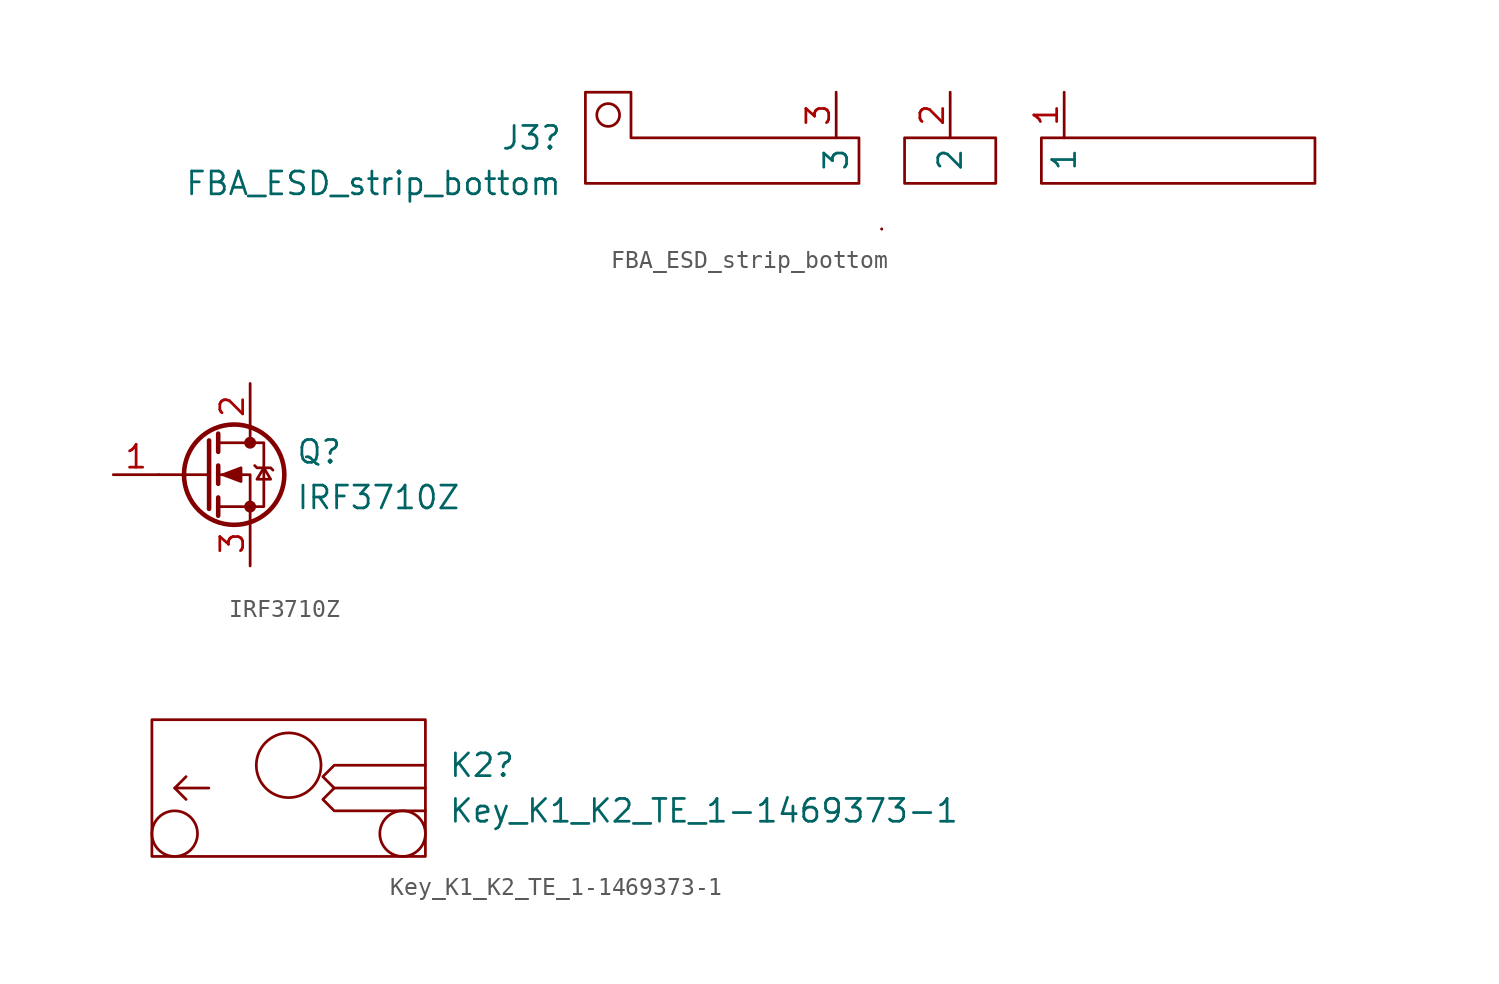
<source format=kicad_sym>
(kicad_symbol_lib
  (version 20220914)
  (generator kicad_symbol_editor)
  (symbol "FBA_ESD_strip_bottom"
    (property "Reference" "J3"
      (at -21.59 0.0001 0)
      (effects (font (size 1.27 1.27)) (justify right)))
    (property "Value" "FBA_ESD_strip_bottom"
      (at -21.59 -2.54 0)
      (effects (font (size 1.27 1.27)) (justify right)))
    (symbol "FBA_ESD_strip_bottom_0_1"
      (circle (center -19.05 1.27) (radius 0.635) (stroke (width 0) (type default)) (fill (type none)))
      (arc (start -3.81 -5.08) (mid -3.81 -5.08) (end -3.81 -5.08) (stroke (width 0) (type default)) (fill (type none)))
      (arc (start -3.81 -5.08) (mid -3.81 -5.08) (end -3.81 -5.08) (stroke (width 0) (type default)) (fill (type none)))
      (rectangle (start -2.54 0) (end 2.54 -2.54) (stroke (width 0) (type default)) (fill (type none)))
      (polyline (pts (xy -5.08 0) (xy -17.78 0) (xy -17.78 2.54) (xy -20.32 2.54) (xy -20.32 -2.54) (xy -5.08 -2.54) (xy -5.08 0)) (stroke (width 0) (type default)) (fill (type none)))
      (rectangle (start 5.08 0) (end 20.32 -2.54) (stroke (width 0) (type default)) (fill (type none))))
    (symbol "FBA_ESD_strip_bottom_1_1"
      (pin passive line (at 6.35 2.54 270) (length 2.54) (name "1" (effects (font (size 1.27 1.27)))) (number "1" (effects (font (size 1.27 1.27)))))
      (pin passive line (at 0 2.54 270) (length 2.54) (name "2" (effects (font (size 1.27 1.27)))) (number "2" (effects (font (size 1.27 1.27)))))
      (pin passive line (at -6.35 2.54 270) (length 2.54) (name "3" (effects (font (size 1.27 1.27)))) (number "3" (effects (font (size 1.27 1.27)))))))
  (symbol "IRF3710Z"
    (pin_names
      (offset 0) hide)
    (property "Reference" "Q"
      (at 5.08 1.27 0)
      (effects (font (size 1.27 1.27)) (justify left)))
    (property "Value" "IRF3710Z"
      (at 5.08 -1.27 0)
      (effects (font (size 1.27 1.27)) (justify left)))
    (symbol "IRF3710Z_0_1"
      (polyline (pts (xy 0.254 0) (xy -2.54 0)) (stroke (width 0) (type default)) (fill (type none)))
      (polyline (pts (xy 0.254 1.905) (xy 0.254 -1.905)) (stroke (width 0.254) (type default)) (fill (type none)))
      (polyline (pts (xy 0.762 -1.27) (xy 0.762 -2.286)) (stroke (width 0.254) (type default)) (fill (type none)))
      (polyline (pts (xy 0.762 0.508) (xy 0.762 -0.508)) (stroke (width 0.254) (type default)) (fill (type none)))
      (polyline (pts (xy 0.762 2.286) (xy 0.762 1.27)) (stroke (width 0.254) (type default)) (fill (type none)))
      (polyline (pts (xy 2.54 2.54) (xy 2.54 1.778)) (stroke (width 0) (type default)) (fill (type none)))
      (polyline (pts (xy 2.54 -2.54) (xy 2.54 0) (xy 0.762 0)) (stroke (width 0) (type default)) (fill (type none)))
      (polyline (pts (xy 0.762 -1.778) (xy 3.302 -1.778) (xy 3.302 1.778) (xy 0.762 1.778)) (stroke (width 0) (type default)) (fill (type none)))
      (polyline (pts (xy 1.016 0) (xy 2.032 0.381) (xy 2.032 -0.381) (xy 1.016 0)) (stroke (width 0) (type default)) (fill (type outline)))
      (polyline (pts (xy 2.794 0.508) (xy 2.921 0.381) (xy 3.683 0.381) (xy 3.81 0.254)) (stroke (width 0) (type default)) (fill (type none)))
      (polyline (pts (xy 3.302 0.381) (xy 2.921 -0.254) (xy 3.683 -0.254) (xy 3.302 0.381)) (stroke (width 0) (type default)) (fill (type none)))
      (circle (center 1.651 0) (radius 2.794) (stroke (width 0.254) (type default)) (fill (type none)))
      (circle (center 2.54 -1.778) (radius 0.254) (stroke (width 0) (type default)) (fill (type outline)))
      (circle (center 2.54 1.778) (radius 0.254) (stroke (width 0) (type default)) (fill (type outline))))
    (symbol "IRF3710Z_1_1"
      (pin input line (at -5.08 0 0) (length 2.54) (name "G" (effects (font (size 1.27 1.27)))) (number "1" (effects (font (size 1.27 1.27)))))
      (pin passive line (at 2.54 5.08 270) (length 2.54) (name "D" (effects (font (size 1.27 1.27)))) (number "2" (effects (font (size 1.27 1.27)))))
      (pin passive line (at 2.54 -5.08 90) (length 2.54) (name "S" (effects (font (size 1.27 1.27)))) (number "3" (effects (font (size 1.27 1.27)))))))
  (symbol "Key_K1_K2_TE_1-1469373-1"
    (pin_names
      (offset 1.016))
    (property "Reference" "K2"
      (at 8.89 1.27 0)
      (effects (font (size 1.27 1.27)) (justify left)))
    (property "Value" "Key_K1_K2_TE_1-1469373-1"
      (at 8.89 -1.27 0)
      (effects (font (size 1.27 1.27)) (justify left)))
    (symbol "Key_K1_K2_TE_1-1469373-1_0_1"
      (rectangle (start -7.62 3.81) (end 7.62 -3.81) (stroke (width 0) (type default)) (fill (type none)))
      (circle (center -6.35 -2.54) (radius 1.27) (stroke (width 0) (type default)) (fill (type none)))
      (polyline (pts (xy -6.35 0) (xy -5.715 -0.635)) (stroke (width 0) (type default)) (fill (type none)))
      (polyline (pts (xy -4.445 0) (xy -6.35 0) (xy -5.715 0.635)) (stroke (width 0) (type default)) (fill (type none)))
      (polyline (pts (xy 7.62 -1.27) (xy 2.54 -1.27) (xy 1.905 -0.635) (xy 2.54 0)) (stroke (width 0) (type default)) (fill (type none)))
      (polyline (pts (xy 7.62 1.27) (xy 2.54 1.27) (xy 1.905 0.635) (xy 2.54 0) (xy 7.62 0)) (stroke (width 0) (type default)) (fill (type none)))
      (circle (center 0 1.27) (radius 1.803) (stroke (width 0) (type default)) (fill (type none)))
      (circle (center 6.35 -2.54) (radius 1.27) (stroke (width 0) (type default)) (fill (type none))))))
</source>
